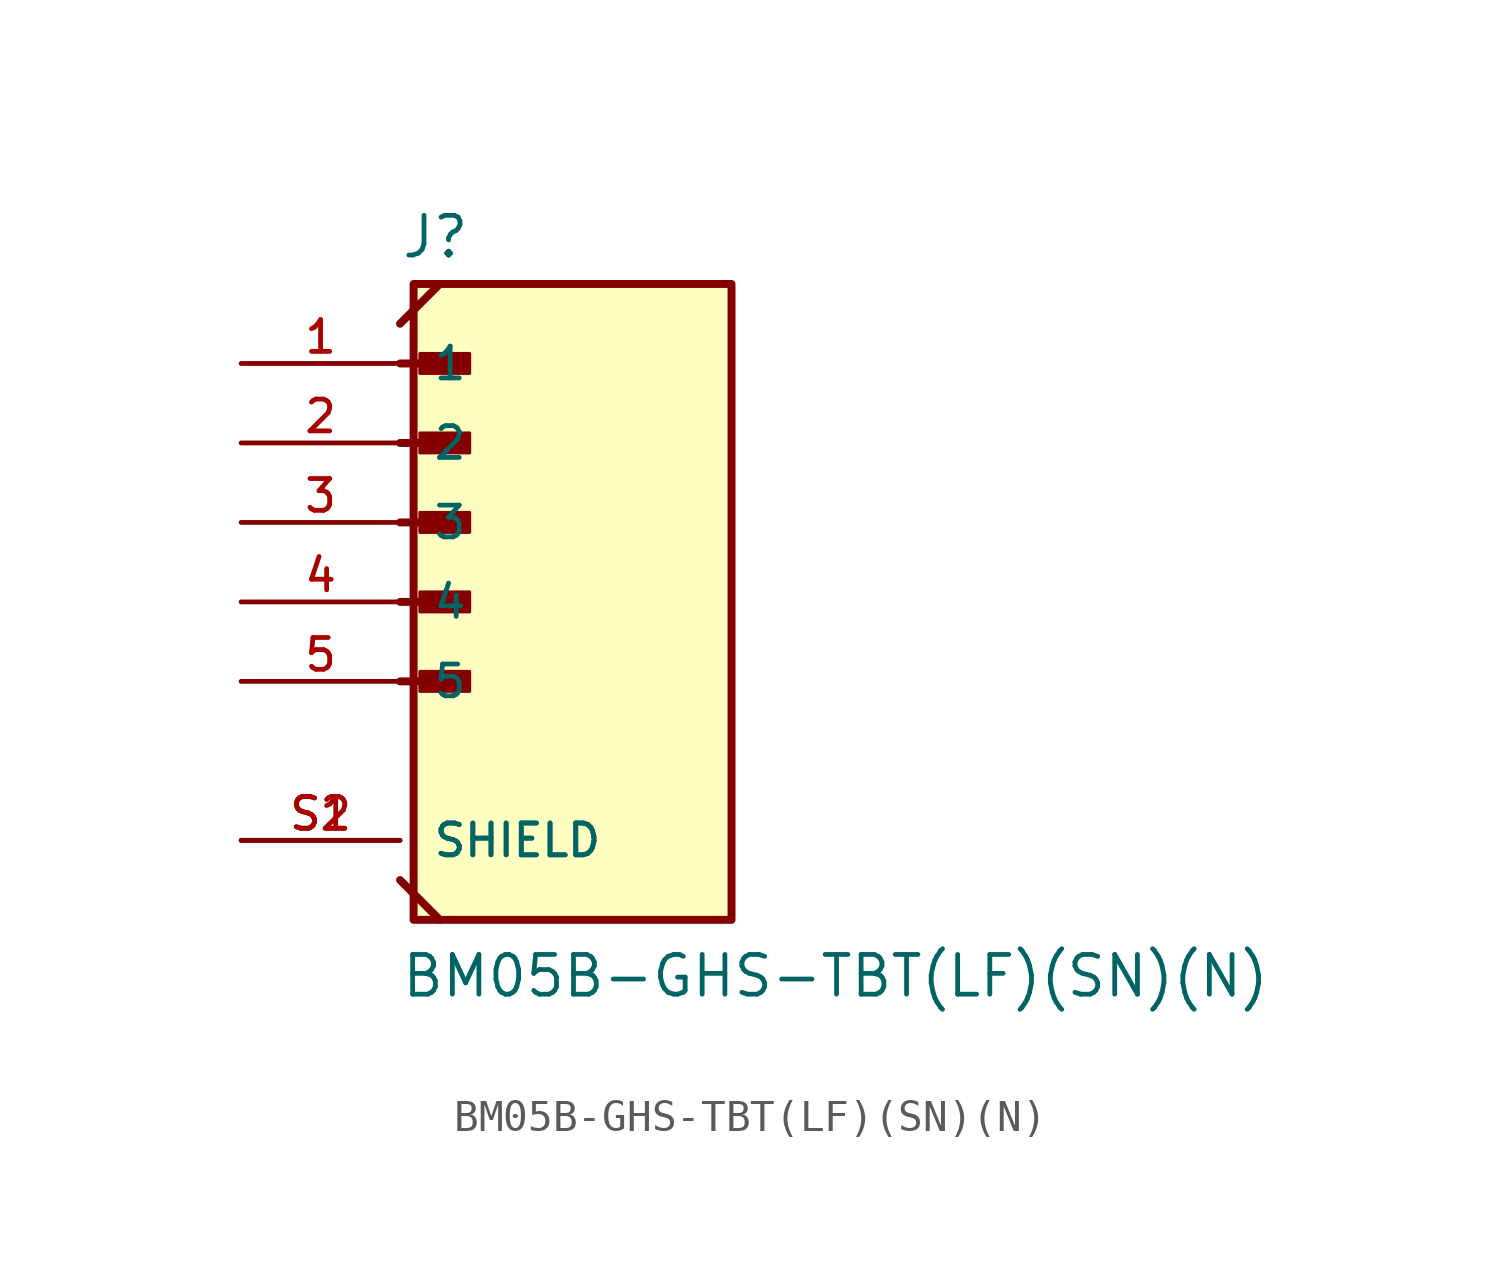
<source format=kicad_sym>
(kicad_symbol_lib
  (version 20211014)
  (generator kicad_symbol_editor)
  (symbol "BM05B-GHS-TBT(LF)(SN)(N)"
    (pin_names
      (offset 1.016))
    (property "Reference" "J"
      (at -5.08 10.922 0)
      (effects (font (size 1.27 1.27)) (justify bottom left)))
    (property "Value" "BM05B-GHS-TBT(LF)(SN)(N)"
      (at -5.08 -12.7 0)
      (effects (font (size 1.27 1.27)) (justify bottom left)))
    (symbol "BM05B-GHS-TBT(LF)(SN)(N)_0_0"
      (polyline (pts (xy -3.81 -10.16) (xy -5.08 -8.89)) (stroke (width 0.254)))
      (polyline (pts (xy -5.08 8.89) (xy -3.81 10.16)) (stroke (width 0.254)))
      (polyline (pts (xy -5.08 7.62) (xy -3.175 7.62)) (stroke (width 0.254)))
      (rectangle (start -4.445 7.303) (end -2.857 7.938) (stroke (width 0.1)) (fill (type outline)))
      (polyline (pts (xy -5.08 5.08) (xy -3.175 5.08)) (stroke (width 0.254)))
      (rectangle (start -4.445 4.763) (end -2.857 5.397) (stroke (width 0.1)) (fill (type outline)))
      (polyline (pts (xy -5.08 2.54) (xy -3.175 2.54)) (stroke (width 0.254)))
      (rectangle (start -4.445 2.223) (end -2.857 2.857) (stroke (width 0.1)) (fill (type outline)))
      (polyline (pts (xy -5.08 0.0) (xy -3.175 0.0)) (stroke (width 0.254)))
      (rectangle (start -4.445 -0.318) (end -2.857 0.318) (stroke (width 0.1)) (fill (type outline)))
      (polyline (pts (xy -5.08 -2.54) (xy -3.175 -2.54)) (stroke (width 0.254)))
      (rectangle (start -4.445 -2.857) (end -2.857 -2.223) (stroke (width 0.1)) (fill (type outline)))
      (rectangle (start -4.647 -10.16) (end 5.513 10.16) (stroke (width 0.254)) (fill (type background)))
      (pin passive line (at -10.16 7.62 0) (length 5.08) (name "1" (effects (font (size 1.016 1.016)))) (number "1" (effects (font (size 1.016 1.016)))))
      (pin passive line (at -10.16 5.08 0) (length 5.08) (name "2" (effects (font (size 1.016 1.016)))) (number "2" (effects (font (size 1.016 1.016)))))
      (pin passive line (at -10.16 2.54 0) (length 5.08) (name "3" (effects (font (size 1.016 1.016)))) (number "3" (effects (font (size 1.016 1.016)))))
      (pin passive line (at -10.16 0.0 0) (length 5.08) (name "4" (effects (font (size 1.016 1.016)))) (number "4" (effects (font (size 1.016 1.016)))))
      (pin passive line (at -10.16 -2.54 0) (length 5.08) (name "5" (effects (font (size 1.016 1.016)))) (number "5" (effects (font (size 1.016 1.016)))))
      (pin passive line (at -10.16 -7.62 0) (length 5.08) (name "SHIELD" (effects (font (size 1.016 1.016)))) (number "S1" (effects (font (size 1.016 1.016)))))
      (pin passive line (at -10.16 -7.62 0) (length 5.08) (name "SHIELD" (effects (font (size 1.016 1.016)))) (number "S2" (effects (font (size 1.016 1.016))))))))
</source>
